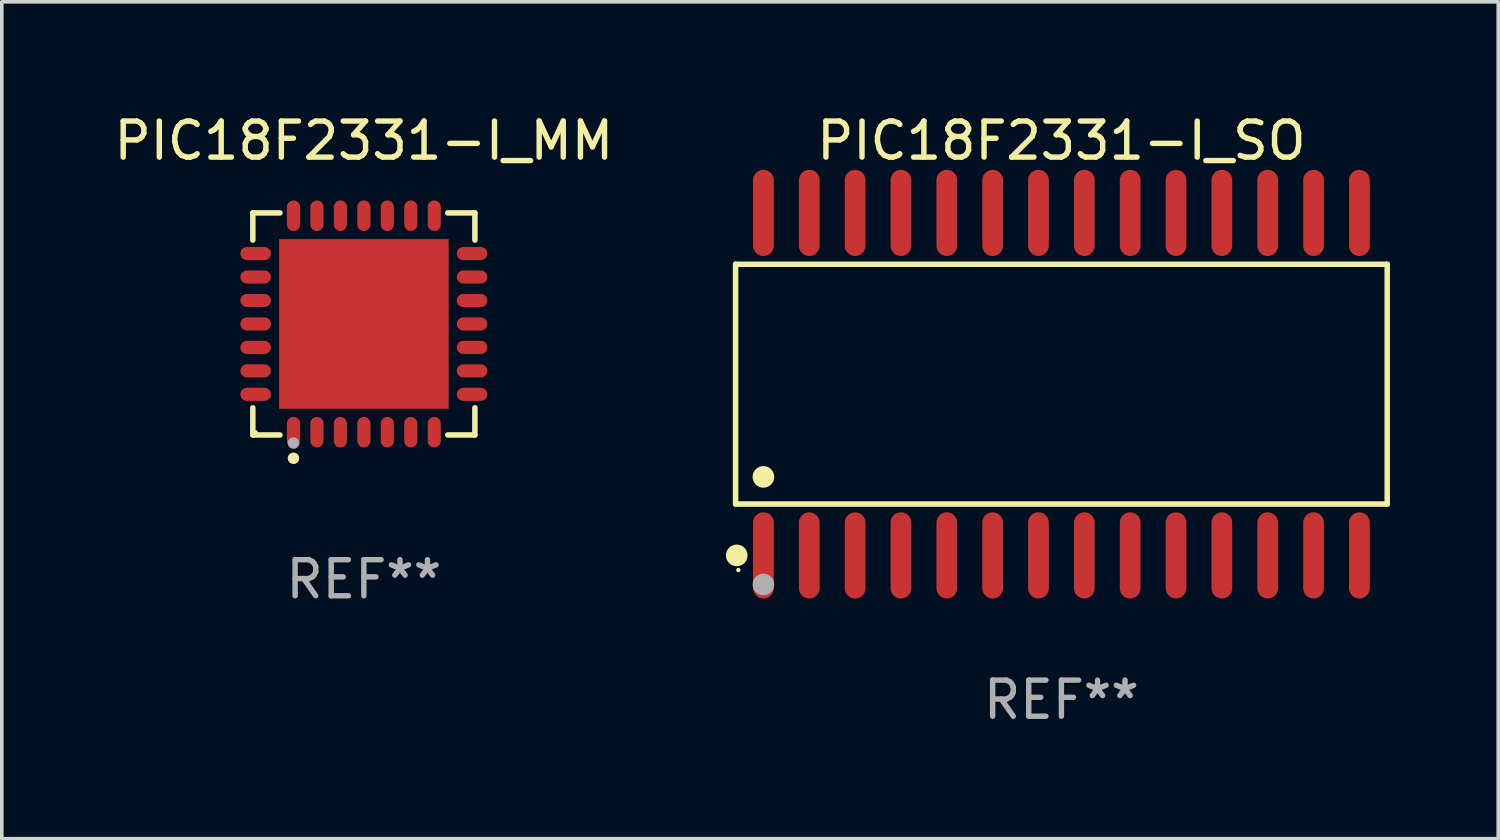
<source format=kicad_pcb>
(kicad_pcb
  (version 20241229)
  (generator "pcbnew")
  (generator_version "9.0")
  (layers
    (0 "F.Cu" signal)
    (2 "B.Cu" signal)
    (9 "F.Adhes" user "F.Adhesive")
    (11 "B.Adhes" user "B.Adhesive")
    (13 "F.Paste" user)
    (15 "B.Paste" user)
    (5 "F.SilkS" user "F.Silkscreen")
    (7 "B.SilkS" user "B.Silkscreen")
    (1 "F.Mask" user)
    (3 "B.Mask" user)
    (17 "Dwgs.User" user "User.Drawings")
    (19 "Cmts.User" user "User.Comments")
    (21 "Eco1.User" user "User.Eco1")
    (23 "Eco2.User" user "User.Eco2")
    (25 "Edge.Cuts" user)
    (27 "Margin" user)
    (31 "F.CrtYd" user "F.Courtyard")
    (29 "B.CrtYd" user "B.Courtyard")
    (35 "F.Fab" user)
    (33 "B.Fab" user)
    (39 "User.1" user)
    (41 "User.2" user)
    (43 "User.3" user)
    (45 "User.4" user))
  (footprint "PIC18F2331-I_MM"
    (layer "F.Cu")
    (at 7.03 5.924)
    (property "Reference" "PIC18F2331-I_MM" (at 0 -5.076 0) (layer "F.SilkS") (effects (font (size 1 1) (thickness 0.15))))
    (attr through_hole)
    (fp_line (start -3.076 -3.076) (end -2.323 -3.076) (stroke (width 0.152) (type solid)) (layer "F.SilkS"))
    (fp_line (start -3.076 -2.323) (end -3.076 -3.076) (stroke (width 0.152) (type solid)) (layer "F.SilkS"))
    (fp_line (start -3.076 2.323) (end -3.076 3.076) (stroke (width 0.152) (type solid)) (layer "F.SilkS"))
    (fp_line (start -3.076 3.076) (end -2.323 3.076) (stroke (width 0.152) (type solid)) (layer "F.SilkS"))
    (fp_line (start 3.076 -3.076) (end 2.323 -3.076) (stroke (width 0.152) (type solid)) (layer "F.SilkS"))
    (fp_line (start 3.076 -2.323) (end 3.076 -3.076) (stroke (width 0.152) (type solid)) (layer "F.SilkS"))
    (fp_line (start 3.076 2.323) (end 3.076 3.076) (stroke (width 0.152) (type solid)) (layer "F.SilkS"))
    (fp_line (start 3.076 3.076) (end 2.323 3.076) (stroke (width 0.152) (type solid)) (layer "F.SilkS"))
    (fp_circle (center -3 3) (end -2.97 3) (stroke (width 0.06) (type solid)) (fill no) (layer "F.SilkS"))
    (fp_circle (center -1.95 3.722) (end -1.87 3.722) (stroke (width 0.16) (type solid)) (fill no) (layer "F.SilkS"))
    (fp_circle (center -1.95 3.3) (end -1.87 3.3) (stroke (width 0.16) (type solid)) (fill no) (layer "F.Fab"))
    (fp_text user "REF**" (at 0 7.076 0) (layer "F.Fab") (effects (font (size 1 1) (thickness 0.15))))
    (pad "1" smd oval (at -1.95 2.998) (size 0.364 0.847) (layers "F.Cu" "F.Mask" "F.Paste"))
    (pad "2" smd oval (at -1.3 2.998) (size 0.364 0.847) (layers "F.Cu" "F.Mask" "F.Paste"))
    (pad "3" smd oval (at -0.65 2.998) (size 0.364 0.847) (layers "F.Cu" "F.Mask" "F.Paste"))
    (pad "4" smd oval (at 0 2.998) (size 0.364 0.847) (layers "F.Cu" "F.Mask" "F.Paste"))
    (pad "5" smd oval (at 0.65 2.998) (size 0.364 0.847) (layers "F.Cu" "F.Mask" "F.Paste"))
    (pad "6" smd oval (at 1.3 2.998) (size 0.364 0.847) (layers "F.Cu" "F.Mask" "F.Paste"))
    (pad "7" smd oval (at 1.95 2.998) (size 0.364 0.847) (layers "F.Cu" "F.Mask" "F.Paste"))
    (pad "8" smd oval (at 2.998 1.95) (size 0.847 0.364) (layers "F.Cu" "F.Mask" "F.Paste"))
    (pad "9" smd oval (at 2.998 1.3) (size 0.847 0.364) (layers "F.Cu" "F.Mask" "F.Paste"))
    (pad "10" smd oval (at 2.998 0.65) (size 0.847 0.364) (layers "F.Cu" "F.Mask" "F.Paste"))
    (pad "11" smd oval (at 2.998 0) (size 0.847 0.364) (layers "F.Cu" "F.Mask" "F.Paste"))
    (pad "12" smd oval (at 2.998 -0.65) (size 0.847 0.364) (layers "F.Cu" "F.Mask" "F.Paste"))
    (pad "13" smd oval (at 2.998 -1.3) (size 0.847 0.364) (layers "F.Cu" "F.Mask" "F.Paste"))
    (pad "14" smd oval (at 2.998 -1.95) (size 0.847 0.364) (layers "F.Cu" "F.Mask" "F.Paste"))
    (pad "15" smd oval (at 1.95 -2.998) (size 0.364 0.847) (layers "F.Cu" "F.Mask" "F.Paste"))
    (pad "16" smd oval (at 1.3 -2.998) (size 0.364 0.847) (layers "F.Cu" "F.Mask" "F.Paste"))
    (pad "17" smd oval (at 0.65 -2.998) (size 0.364 0.847) (layers "F.Cu" "F.Mask" "F.Paste"))
    (pad "18" smd oval (at 0 -2.998) (size 0.364 0.847) (layers "F.Cu" "F.Mask" "F.Paste"))
    (pad "19" smd oval (at -0.65 -2.998) (size 0.364 0.847) (layers "F.Cu" "F.Mask" "F.Paste"))
    (pad "20" smd oval (at -1.3 -2.998) (size 0.364 0.847) (layers "F.Cu" "F.Mask" "F.Paste"))
    (pad "21" smd oval (at -1.95 -2.998) (size 0.364 0.847) (layers "F.Cu" "F.Mask" "F.Paste"))
    (pad "22" smd oval (at -2.998 -1.95) (size 0.847 0.364) (layers "F.Cu" "F.Mask" "F.Paste"))
    (pad "23" smd oval (at -2.998 -1.3) (size 0.847 0.364) (layers "F.Cu" "F.Mask" "F.Paste"))
    (pad "24" smd oval (at -2.998 -0.65) (size 0.847 0.364) (layers "F.Cu" "F.Mask" "F.Paste"))
    (pad "25" smd oval (at -2.998 0) (size 0.847 0.364) (layers "F.Cu" "F.Mask" "F.Paste"))
    (pad "26" smd oval (at -2.998 0.65) (size 0.847 0.364) (layers "F.Cu" "F.Mask" "F.Paste"))
    (pad "27" smd oval (at -2.998 1.3) (size 0.847 0.364) (layers "F.Cu" "F.Mask" "F.Paste"))
    (pad "28" smd oval (at -2.998 1.95) (size 0.847 0.364) (layers "F.Cu" "F.Mask" "F.Paste"))
    (pad "29" smd rect (at 0 0) (size 4.7 4.7) (layers "F.Cu" "F.Mask" "F.Paste")))
  (footprint "PIC18F2331-I_SO"
    (layer "F.Cu")
    (at 26.354 7.592)
    (property "Reference" "PIC18F2331-I_SO" (at 0 -6.744 0) (layer "F.SilkS") (effects (font (size 1 1) (thickness 0.15))))
    (attr through_hole)
    (fp_line (start -9.026 -3.321) (end 9.026 -3.321) (stroke (width 0.152) (type solid)) (layer "F.SilkS"))
    (fp_line (start -9.026 3.321) (end -9.026 -3.321) (stroke (width 0.152) (type solid)) (layer "F.SilkS"))
    (fp_line (start 9.026 -3.321) (end 9.026 3.321) (stroke (width 0.152) (type solid)) (layer "F.SilkS"))
    (fp_line (start 9.026 3.321) (end -9.026 3.321) (stroke (width 0.152) (type solid)) (layer "F.SilkS"))
    (fp_circle (center -8.994 4.744) (end -8.844 4.744) (stroke (width 0.3) (type solid)) (fill no) (layer "F.SilkS"))
    (fp_circle (center -8.95 5.15) (end -8.92 5.15) (stroke (width 0.06) (type solid)) (fill no) (layer "F.SilkS"))
    (fp_circle (center -8.255 2.569) (end -8.105 2.569) (stroke (width 0.3) (type solid)) (fill no) (layer "F.SilkS"))
    (fp_circle (center -8.255 5.55) (end -8.105 5.55) (stroke (width 0.3) (type solid)) (fill no) (layer "F.Fab"))
    (fp_text user "REF**" (at 0 8.744 0) (layer "F.Fab") (effects (font (size 1 1) (thickness 0.15))))
    (pad "1" smd oval (at -8.255 4.744) (size 0.574 2.388) (layers "F.Cu" "F.Mask" "F.Paste"))
    (pad "2" smd oval (at -6.985 4.744) (size 0.574 2.388) (layers "F.Cu" "F.Mask" "F.Paste"))
    (pad "3" smd oval (at -5.715 4.744) (size 0.574 2.388) (layers "F.Cu" "F.Mask" "F.Paste"))
    (pad "4" smd oval (at -4.445 4.744) (size 0.574 2.388) (layers "F.Cu" "F.Mask" "F.Paste"))
    (pad "5" smd oval (at -3.175 4.744) (size 0.574 2.388) (layers "F.Cu" "F.Mask" "F.Paste"))
    (pad "6" smd oval (at -1.905 4.744) (size 0.574 2.388) (layers "F.Cu" "F.Mask" "F.Paste"))
    (pad "7" smd oval (at -0.635 4.744) (size 0.574 2.388) (layers "F.Cu" "F.Mask" "F.Paste"))
    (pad "8" smd oval (at 0.635 4.744) (size 0.574 2.388) (layers "F.Cu" "F.Mask" "F.Paste"))
    (pad "9" smd oval (at 1.905 4.744) (size 0.574 2.388) (layers "F.Cu" "F.Mask" "F.Paste"))
    (pad "10" smd oval (at 3.175 4.744) (size 0.574 2.388) (layers "F.Cu" "F.Mask" "F.Paste"))
    (pad "11" smd oval (at 4.445 4.744) (size 0.574 2.388) (layers "F.Cu" "F.Mask" "F.Paste"))
    (pad "12" smd oval (at 5.715 4.744) (size 0.574 2.388) (layers "F.Cu" "F.Mask" "F.Paste"))
    (pad "13" smd oval (at 6.985 4.744) (size 0.574 2.388) (layers "F.Cu" "F.Mask" "F.Paste"))
    (pad "14" smd oval (at 8.255 4.744) (size 0.574 2.388) (layers "F.Cu" "F.Mask" "F.Paste"))
    (pad "15" smd oval (at 8.255 -4.744) (size 0.574 2.388) (layers "F.Cu" "F.Mask" "F.Paste"))
    (pad "16" smd oval (at 6.985 -4.744) (size 0.574 2.388) (layers "F.Cu" "F.Mask" "F.Paste"))
    (pad "17" smd oval (at 5.715 -4.744) (size 0.574 2.388) (layers "F.Cu" "F.Mask" "F.Paste"))
    (pad "18" smd oval (at 4.445 -4.744) (size 0.574 2.388) (layers "F.Cu" "F.Mask" "F.Paste"))
    (pad "19" smd oval (at 3.175 -4.744) (size 0.574 2.388) (layers "F.Cu" "F.Mask" "F.Paste"))
    (pad "20" smd oval (at 1.905 -4.744) (size 0.574 2.388) (layers "F.Cu" "F.Mask" "F.Paste"))
    (pad "21" smd oval (at 0.635 -4.744) (size 0.574 2.388) (layers "F.Cu" "F.Mask" "F.Paste"))
    (pad "22" smd oval (at -0.635 -4.744) (size 0.574 2.388) (layers "F.Cu" "F.Mask" "F.Paste"))
    (pad "23" smd oval (at -1.905 -4.744) (size 0.574 2.388) (layers "F.Cu" "F.Mask" "F.Paste"))
    (pad "24" smd oval (at -3.175 -4.744) (size 0.574 2.388) (layers "F.Cu" "F.Mask" "F.Paste"))
    (pad "25" smd oval (at -4.445 -4.744) (size 0.574 2.388) (layers "F.Cu" "F.Mask" "F.Paste"))
    (pad "26" smd oval (at -5.715 -4.744) (size 0.574 2.388) (layers "F.Cu" "F.Mask" "F.Paste"))
    (pad "27" smd oval (at -6.985 -4.744) (size 0.574 2.388) (layers "F.Cu" "F.Mask" "F.Paste"))
    (pad "28" smd oval (at -8.255 -4.744) (size 0.574 2.388) (layers "F.Cu" "F.Mask" "F.Paste")))
  (gr_rect
    (start -3 -3)
    (end 38.456 20.184)
    (stroke (width 0.1) (type default))
    (fill no)
    (layer "Edge.Cuts")))
</source>
